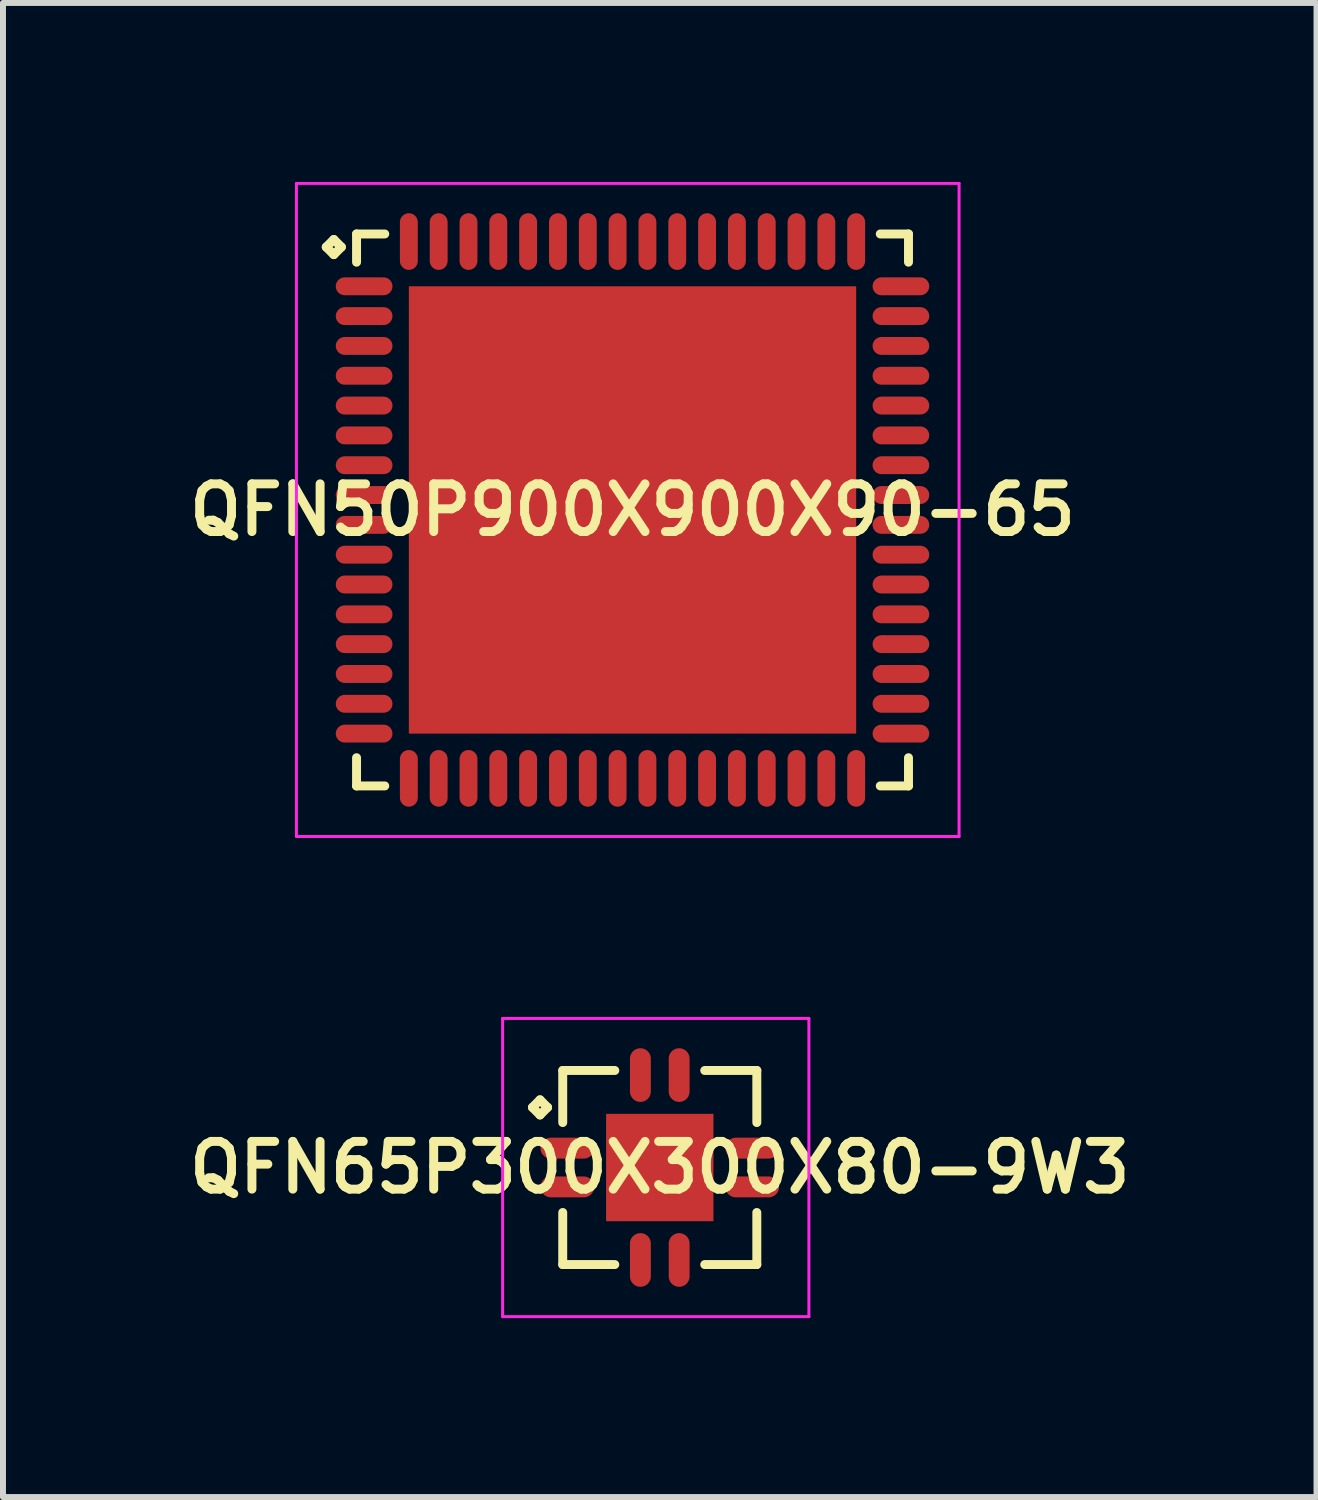
<source format=kicad_pcb>
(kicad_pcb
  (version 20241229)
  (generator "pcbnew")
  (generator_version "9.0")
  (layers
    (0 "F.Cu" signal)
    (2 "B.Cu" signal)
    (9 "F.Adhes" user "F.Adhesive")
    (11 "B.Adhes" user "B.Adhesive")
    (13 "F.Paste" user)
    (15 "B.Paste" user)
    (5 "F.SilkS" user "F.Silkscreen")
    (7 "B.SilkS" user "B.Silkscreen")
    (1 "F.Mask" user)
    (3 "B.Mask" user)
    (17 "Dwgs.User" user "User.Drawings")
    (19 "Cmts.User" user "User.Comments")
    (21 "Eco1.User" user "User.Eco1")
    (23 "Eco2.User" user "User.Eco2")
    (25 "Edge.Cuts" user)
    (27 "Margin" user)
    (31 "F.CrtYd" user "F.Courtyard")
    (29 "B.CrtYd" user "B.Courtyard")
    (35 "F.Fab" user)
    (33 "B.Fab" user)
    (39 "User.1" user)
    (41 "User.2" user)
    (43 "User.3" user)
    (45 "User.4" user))
  (footprint "QFN50P900X900X90-65"
    (layer "F.Cu")
    (at 7.555 5.5)
    (property "Reference" "QFN50P900X900X90-65" (at 0 0 0) (layer "F.SilkS") (effects (font (size 0.8 0.8) (thickness 0.15))))
    (attr smd)
    (fp_line (start -5.135 -4.408) (end -5.008 -4.535) (stroke (width 0.15) (type solid)) (layer "F.SilkS"))
    (fp_line (start -5.008 -4.535) (end -4.881 -4.408) (stroke (width 0.15) (type solid)) (layer "F.SilkS"))
    (fp_line (start -5.008 -4.281) (end -5.135 -4.408) (stroke (width 0.15) (type solid)) (layer "F.SilkS"))
    (fp_line (start -4.881 -4.408) (end -5.008 -4.281) (stroke (width 0.15) (type solid)) (layer "F.SilkS"))
    (fp_line (start -4.627 -4.627) (end -4.154 -4.627) (stroke (width 0.15) (type solid)) (layer "F.SilkS"))
    (fp_line (start -4.627 -4.154) (end -4.627 -4.627) (stroke (width 0.15) (type solid)) (layer "F.SilkS"))
    (fp_line (start -4.627 4.154) (end -4.627 4.627) (stroke (width 0.15) (type solid)) (layer "F.SilkS"))
    (fp_line (start -4.627 4.627) (end -4.154 4.627) (stroke (width 0.15) (type solid)) (layer "F.SilkS"))
    (fp_line (start 4.154 -4.627) (end 4.627 -4.627) (stroke (width 0.15) (type solid)) (layer "F.SilkS"))
    (fp_line (start 4.154 4.627) (end 4.627 4.627) (stroke (width 0.15) (type solid)) (layer "F.SilkS"))
    (fp_line (start 4.627 -4.627) (end 4.627 -4.154) (stroke (width 0.15) (type solid)) (layer "F.SilkS"))
    (fp_line (start 4.627 4.627) (end 4.627 4.154) (stroke (width 0.15) (type solid)) (layer "F.SilkS"))
    (fp_line (start -5.635 -5.475) (end 5.475 -5.475) (stroke (width 0.05) (type solid)) (layer "F.CrtYd"))
    (fp_line (start -5.635 5.475) (end -5.635 -5.475) (stroke (width 0.05) (type solid)) (layer "F.CrtYd"))
    (fp_line (start 5.475 -5.475) (end 5.475 5.475) (stroke (width 0.05) (type solid)) (layer "F.CrtYd"))
    (fp_line (start 5.475 5.475) (end -5.635 5.475) (stroke (width 0.05) (type solid)) (layer "F.CrtYd"))
    (pad "1" smd oval (at -4.5 -3.75) (size 0.95 0.3) (layers "F.Cu" "F.Mask" "F.Paste"))
    (pad "2" smd oval (at -4.5 -3.25) (size 0.95 0.3) (layers "F.Cu" "F.Mask" "F.Paste"))
    (pad "3" smd oval (at -4.5 -2.75) (size 0.95 0.3) (layers "F.Cu" "F.Mask" "F.Paste"))
    (pad "4" smd oval (at -4.5 -2.25) (size 0.95 0.3) (layers "F.Cu" "F.Mask" "F.Paste"))
    (pad "5" smd oval (at -4.5 -1.75) (size 0.95 0.3) (layers "F.Cu" "F.Mask" "F.Paste"))
    (pad "6" smd oval (at -4.5 -1.25) (size 0.95 0.3) (layers "F.Cu" "F.Mask" "F.Paste"))
    (pad "7" smd oval (at -4.5 -0.75) (size 0.95 0.3) (layers "F.Cu" "F.Mask" "F.Paste"))
    (pad "8" smd oval (at -4.5 -0.25) (size 0.95 0.3) (layers "F.Cu" "F.Mask" "F.Paste"))
    (pad "9" smd oval (at -4.5 0.25) (size 0.95 0.3) (layers "F.Cu" "F.Mask" "F.Paste"))
    (pad "10" smd oval (at -4.5 0.75) (size 0.95 0.3) (layers "F.Cu" "F.Mask" "F.Paste"))
    (pad "11" smd oval (at -4.5 1.25) (size 0.95 0.3) (layers "F.Cu" "F.Mask" "F.Paste"))
    (pad "12" smd oval (at -4.5 1.75) (size 0.95 0.3) (layers "F.Cu" "F.Mask" "F.Paste"))
    (pad "13" smd oval (at -4.5 2.25) (size 0.95 0.3) (layers "F.Cu" "F.Mask" "F.Paste"))
    (pad "14" smd oval (at -4.5 2.75) (size 0.95 0.3) (layers "F.Cu" "F.Mask" "F.Paste"))
    (pad "15" smd oval (at -4.5 3.25) (size 0.95 0.3) (layers "F.Cu" "F.Mask" "F.Paste"))
    (pad "16" smd oval (at -4.5 3.75) (size 0.95 0.3) (layers "F.Cu" "F.Mask" "F.Paste"))
    (pad "17" smd oval (at -3.75 4.5) (size 0.3 0.95) (layers "F.Cu" "F.Mask" "F.Paste"))
    (pad "18" smd oval (at -3.25 4.5) (size 0.3 0.95) (layers "F.Cu" "F.Mask" "F.Paste"))
    (pad "19" smd oval (at -2.75 4.5) (size 0.3 0.95) (layers "F.Cu" "F.Mask" "F.Paste"))
    (pad "20" smd oval (at -2.25 4.5) (size 0.3 0.95) (layers "F.Cu" "F.Mask" "F.Paste"))
    (pad "21" smd oval (at -1.75 4.5) (size 0.3 0.95) (layers "F.Cu" "F.Mask" "F.Paste"))
    (pad "22" smd oval (at -1.25 4.5) (size 0.3 0.95) (layers "F.Cu" "F.Mask" "F.Paste"))
    (pad "23" smd oval (at -0.75 4.5) (size 0.3 0.95) (layers "F.Cu" "F.Mask" "F.Paste"))
    (pad "24" smd oval (at -0.25 4.5) (size 0.3 0.95) (layers "F.Cu" "F.Mask" "F.Paste"))
    (pad "25" smd oval (at 0.25 4.5) (size 0.3 0.95) (layers "F.Cu" "F.Mask" "F.Paste"))
    (pad "26" smd oval (at 0.75 4.5) (size 0.3 0.95) (layers "F.Cu" "F.Mask" "F.Paste"))
    (pad "27" smd oval (at 1.25 4.5) (size 0.3 0.95) (layers "F.Cu" "F.Mask" "F.Paste"))
    (pad "28" smd oval (at 1.75 4.5) (size 0.3 0.95) (layers "F.Cu" "F.Mask" "F.Paste"))
    (pad "29" smd oval (at 2.25 4.5) (size 0.3 0.95) (layers "F.Cu" "F.Mask" "F.Paste"))
    (pad "30" smd oval (at 2.75 4.5) (size 0.3 0.95) (layers "F.Cu" "F.Mask" "F.Paste"))
    (pad "31" smd oval (at 3.25 4.5) (size 0.3 0.95) (layers "F.Cu" "F.Mask" "F.Paste"))
    (pad "32" smd oval (at 3.75 4.5) (size 0.3 0.95) (layers "F.Cu" "F.Mask" "F.Paste"))
    (pad "33" smd oval (at 4.5 3.75) (size 0.95 0.3) (layers "F.Cu" "F.Mask" "F.Paste"))
    (pad "34" smd oval (at 4.5 3.25) (size 0.95 0.3) (layers "F.Cu" "F.Mask" "F.Paste"))
    (pad "35" smd oval (at 4.5 2.75) (size 0.95 0.3) (layers "F.Cu" "F.Mask" "F.Paste"))
    (pad "36" smd oval (at 4.5 2.25) (size 0.95 0.3) (layers "F.Cu" "F.Mask" "F.Paste"))
    (pad "37" smd oval (at 4.5 1.75) (size 0.95 0.3) (layers "F.Cu" "F.Mask" "F.Paste"))
    (pad "38" smd oval (at 4.5 1.25) (size 0.95 0.3) (layers "F.Cu" "F.Mask" "F.Paste"))
    (pad "39" smd oval (at 4.5 0.75) (size 0.95 0.3) (layers "F.Cu" "F.Mask" "F.Paste"))
    (pad "40" smd oval (at 4.5 0.25) (size 0.95 0.3) (layers "F.Cu" "F.Mask" "F.Paste"))
    (pad "41" smd oval (at 4.5 -0.25) (size 0.95 0.3) (layers "F.Cu" "F.Mask" "F.Paste"))
    (pad "42" smd oval (at 4.5 -0.75) (size 0.95 0.3) (layers "F.Cu" "F.Mask" "F.Paste"))
    (pad "43" smd oval (at 4.5 -1.25) (size 0.95 0.3) (layers "F.Cu" "F.Mask" "F.Paste"))
    (pad "44" smd oval (at 4.5 -1.75) (size 0.95 0.3) (layers "F.Cu" "F.Mask" "F.Paste"))
    (pad "45" smd oval (at 4.5 -2.25) (size 0.95 0.3) (layers "F.Cu" "F.Mask" "F.Paste"))
    (pad "46" smd oval (at 4.5 -2.75) (size 0.95 0.3) (layers "F.Cu" "F.Mask" "F.Paste"))
    (pad "47" smd oval (at 4.5 -3.25) (size 0.95 0.3) (layers "F.Cu" "F.Mask" "F.Paste"))
    (pad "48" smd oval (at 4.5 -3.75) (size 0.95 0.3) (layers "F.Cu" "F.Mask" "F.Paste"))
    (pad "49" smd oval (at 3.75 -4.5) (size 0.3 0.95) (layers "F.Cu" "F.Mask" "F.Paste"))
    (pad "50" smd oval (at 3.25 -4.5) (size 0.3 0.95) (layers "F.Cu" "F.Mask" "F.Paste"))
    (pad "51" smd oval (at 2.75 -4.5) (size 0.3 0.95) (layers "F.Cu" "F.Mask" "F.Paste"))
    (pad "52" smd oval (at 2.25 -4.5) (size 0.3 0.95) (layers "F.Cu" "F.Mask" "F.Paste"))
    (pad "53" smd oval (at 1.75 -4.5) (size 0.3 0.95) (layers "F.Cu" "F.Mask" "F.Paste"))
    (pad "54" smd oval (at 1.25 -4.5) (size 0.3 0.95) (layers "F.Cu" "F.Mask" "F.Paste"))
    (pad "55" smd oval (at 0.75 -4.5) (size 0.3 0.95) (layers "F.Cu" "F.Mask" "F.Paste"))
    (pad "56" smd oval (at 0.25 -4.5) (size 0.3 0.95) (layers "F.Cu" "F.Mask" "F.Paste"))
    (pad "57" smd oval (at -0.25 -4.5) (size 0.3 0.95) (layers "F.Cu" "F.Mask" "F.Paste"))
    (pad "58" smd oval (at -0.75 -4.5) (size 0.3 0.95) (layers "F.Cu" "F.Mask" "F.Paste"))
    (pad "59" smd oval (at -1.25 -4.5) (size 0.3 0.95) (layers "F.Cu" "F.Mask" "F.Paste"))
    (pad "60" smd oval (at -1.75 -4.5) (size 0.3 0.95) (layers "F.Cu" "F.Mask" "F.Paste"))
    (pad "61" smd oval (at -2.25 -4.5) (size 0.3 0.95) (layers "F.Cu" "F.Mask" "F.Paste"))
    (pad "62" smd oval (at -2.75 -4.5) (size 0.3 0.95) (layers "F.Cu" "F.Mask" "F.Paste"))
    (pad "63" smd oval (at -3.25 -4.5) (size 0.3 0.95) (layers "F.Cu" "F.Mask" "F.Paste"))
    (pad "64" smd oval (at -3.75 -4.5) (size 0.3 0.95) (layers "F.Cu" "F.Mask" "F.Paste"))
    (pad "65" smd rect (at 0 0) (size 7.5 7.5) (layers "F.Cu" "F.Mask" "F.Paste")))
  (footprint "QFN65P300X300X80-9W3"
    (layer "F.Cu")
    (at 8.012 16.525)
    (property "Reference" "QFN65P300X300X80-9W3" (at 0 0 0) (layer "F.SilkS") (effects (font (size 0.8 0.8) (thickness 0.15))))
    (attr smd)
    (fp_line (start -2.135 -1.008) (end -2.008 -1.135) (stroke (width 0.15) (type solid)) (layer "F.SilkS"))
    (fp_line (start -2.008 -1.135) (end -1.881 -1.008) (stroke (width 0.15) (type solid)) (layer "F.SilkS"))
    (fp_line (start -2.008 -0.881) (end -2.135 -1.008) (stroke (width 0.15) (type solid)) (layer "F.SilkS"))
    (fp_line (start -1.881 -1.008) (end -2.008 -0.881) (stroke (width 0.15) (type solid)) (layer "F.SilkS"))
    (fp_line (start -1.627 -1.627) (end -0.754 -1.627) (stroke (width 0.15) (type solid)) (layer "F.SilkS"))
    (fp_line (start -1.627 -0.754) (end -1.627 -1.627) (stroke (width 0.15) (type solid)) (layer "F.SilkS"))
    (fp_line (start -1.627 0.754) (end -1.627 1.627) (stroke (width 0.15) (type solid)) (layer "F.SilkS"))
    (fp_line (start -1.627 1.627) (end -0.754 1.627) (stroke (width 0.15) (type solid)) (layer "F.SilkS"))
    (fp_line (start 0.754 -1.627) (end 1.627 -1.627) (stroke (width 0.15) (type solid)) (layer "F.SilkS"))
    (fp_line (start 0.754 1.627) (end 1.627 1.627) (stroke (width 0.15) (type solid)) (layer "F.SilkS"))
    (fp_line (start 1.627 -1.627) (end 1.627 -0.754) (stroke (width 0.15) (type solid)) (layer "F.SilkS"))
    (fp_line (start 1.627 1.627) (end 1.627 0.754) (stroke (width 0.15) (type solid)) (layer "F.SilkS"))
    (fp_line (start -2.635 -2.5) (end 2.5 -2.5) (stroke (width 0.05) (type solid)) (layer "F.CrtYd"))
    (fp_line (start -2.635 2.5) (end -2.635 -2.5) (stroke (width 0.05) (type solid)) (layer "F.CrtYd"))
    (fp_line (start 2.5 -2.5) (end 2.5 2.5) (stroke (width 0.05) (type solid)) (layer "F.CrtYd"))
    (fp_line (start 2.5 2.5) (end -2.635 2.5) (stroke (width 0.05) (type solid)) (layer "F.CrtYd"))
    (pad "1" smd oval (at -1.55 -0.325) (size 0.9 0.35) (layers "F.Cu" "F.Mask" "F.Paste"))
    (pad "2" smd oval (at -1.55 0.325) (size 0.9 0.35) (layers "F.Cu" "F.Mask" "F.Paste"))
    (pad "3" smd oval (at -0.325 1.55) (size 0.35 0.9) (layers "F.Cu" "F.Mask" "F.Paste"))
    (pad "4" smd oval (at 0.325 1.55) (size 0.35 0.9) (layers "F.Cu" "F.Mask" "F.Paste"))
    (pad "5" smd oval (at 1.55 0.325) (size 0.9 0.35) (layers "F.Cu" "F.Mask" "F.Paste"))
    (pad "6" smd oval (at 1.55 -0.325) (size 0.9 0.35) (layers "F.Cu" "F.Mask" "F.Paste"))
    (pad "7" smd oval (at 0.325 -1.55) (size 0.35 0.9) (layers "F.Cu" "F.Mask" "F.Paste"))
    (pad "8" smd oval (at -0.325 -1.55) (size 0.35 0.9) (layers "F.Cu" "F.Mask" "F.Paste"))
    (pad "9" smd rect (at 0 0) (size 1.8 1.8) (layers "F.Cu" "F.Mask" "F.Paste")))
  (gr_rect
    (start -3 -3)
    (end 19.023 22.05)
    (stroke (width 0.1) (type default))
    (fill no)
    (layer "Edge.Cuts")))
</source>
